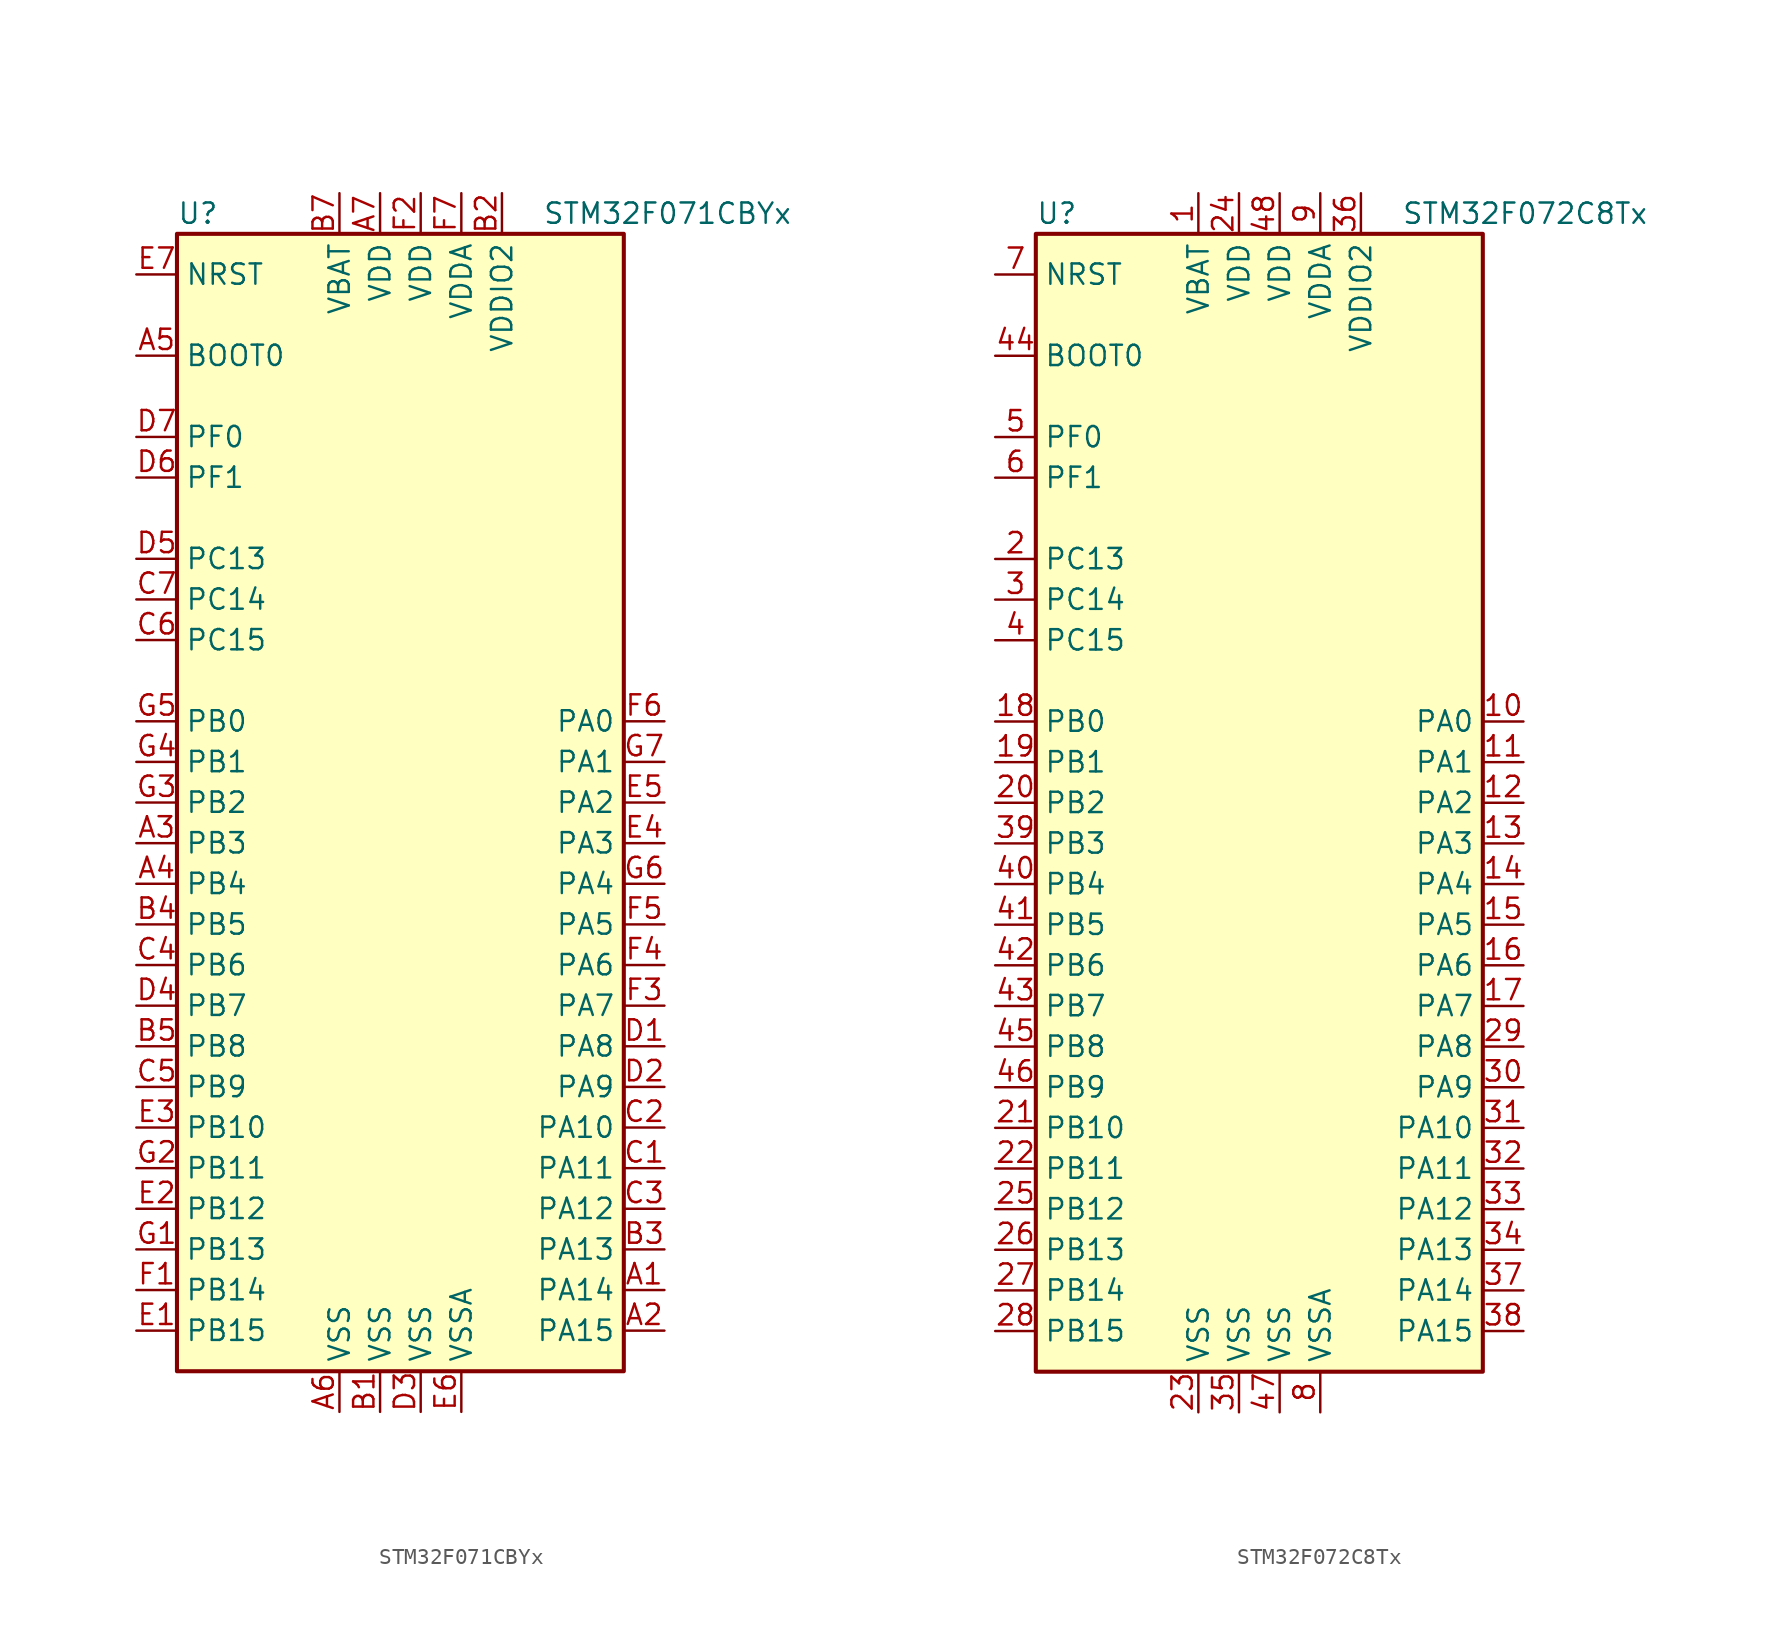
<source format=kicad_sym>
(kicad_symbol_lib
  (version 20201005)
  (generator kicad_symbol_editor)
  (symbol "MCU_ST_STM32F0:STM32F071CBYx"
    (property "Reference" "U"
      (at -15.24 36.83 0)
      (effects (font (size 1.27 1.27)) (justify left)))
    (property "Value" "STM32F071CBYx"
      (at 7.62 36.83 0)
      (effects (font (size 1.27 1.27)) (justify left)))
    (symbol "STM32F071CBYx_0_1"
      (rectangle (start -15.24 -35.56) (end 12.7 35.56) (stroke (width 0.254)) (fill (type background))))
    (symbol "STM32F071CBYx_1_1"
      (pin bidirectional line (at 15.24 -30.48 180) (length 2.54) (name "PA14" (effects (font (size 1.27 1.27)))) (number "A1" (effects (font (size 1.27 1.27)))))
      (pin bidirectional line (at 15.24 -33.02 180) (length 2.54) (name "PA15" (effects (font (size 1.27 1.27)))) (number "A2" (effects (font (size 1.27 1.27)))))
      (pin bidirectional line (at -17.78 -2.54 0) (length 2.54) (name "PB3" (effects (font (size 1.27 1.27)))) (number "A3" (effects (font (size 1.27 1.27)))))
      (pin bidirectional line (at -17.78 -5.08 0) (length 2.54) (name "PB4" (effects (font (size 1.27 1.27)))) (number "A4" (effects (font (size 1.27 1.27)))))
      (pin input line (at -17.78 27.94 0) (length 2.54) (name "BOOT0" (effects (font (size 1.27 1.27)))) (number "A5" (effects (font (size 1.27 1.27)))))
      (pin power_in line (at -5.08 -38.1 90) (length 2.54) (name "VSS" (effects (font (size 1.27 1.27)))) (number "A6" (effects (font (size 1.27 1.27)))))
      (pin power_in line (at -2.54 38.1 270) (length 2.54) (name "VDD" (effects (font (size 1.27 1.27)))) (number "A7" (effects (font (size 1.27 1.27)))))
      (pin power_in line (at -2.54 -38.1 90) (length 2.54) (name "VSS" (effects (font (size 1.27 1.27)))) (number "B1" (effects (font (size 1.27 1.27)))))
      (pin power_in line (at 5.08 38.1 270) (length 2.54) (name "VDDIO2" (effects (font (size 1.27 1.27)))) (number "B2" (effects (font (size 1.27 1.27)))))
      (pin bidirectional line (at 15.24 -27.94 180) (length 2.54) (name "PA13" (effects (font (size 1.27 1.27)))) (number "B3" (effects (font (size 1.27 1.27)))))
      (pin bidirectional line (at -17.78 -7.62 0) (length 2.54) (name "PB5" (effects (font (size 1.27 1.27)))) (number "B4" (effects (font (size 1.27 1.27)))))
      (pin bidirectional line (at -17.78 -15.24 0) (length 2.54) (name "PB8" (effects (font (size 1.27 1.27)))) (number "B5" (effects (font (size 1.27 1.27)))))
      (pin no_connect line (at -15.24 -33.02 0) (length 2.54) hide (name "NC" (effects (font (size 1.27 1.27)))) (number "B6" (effects (font (size 1.27 1.27)))))
      (pin power_in line (at -5.08 38.1 270) (length 2.54) (name "VBAT" (effects (font (size 1.27 1.27)))) (number "B7" (effects (font (size 1.27 1.27)))))
      (pin bidirectional line (at 15.24 -22.86 180) (length 2.54) (name "PA11" (effects (font (size 1.27 1.27)))) (number "C1" (effects (font (size 1.27 1.27)))))
      (pin bidirectional line (at 15.24 -20.32 180) (length 2.54) (name "PA10" (effects (font (size 1.27 1.27)))) (number "C2" (effects (font (size 1.27 1.27)))))
      (pin bidirectional line (at 15.24 -25.4 180) (length 2.54) (name "PA12" (effects (font (size 1.27 1.27)))) (number "C3" (effects (font (size 1.27 1.27)))))
      (pin bidirectional line (at -17.78 -10.16 0) (length 2.54) (name "PB6" (effects (font (size 1.27 1.27)))) (number "C4" (effects (font (size 1.27 1.27)))))
      (pin bidirectional line (at -17.78 -17.78 0) (length 2.54) (name "PB9" (effects (font (size 1.27 1.27)))) (number "C5" (effects (font (size 1.27 1.27)))))
      (pin bidirectional line (at -17.78 10.16 0) (length 2.54) (name "PC15" (effects (font (size 1.27 1.27)))) (number "C6" (effects (font (size 1.27 1.27)))))
      (pin bidirectional line (at -17.78 12.7 0) (length 2.54) (name "PC14" (effects (font (size 1.27 1.27)))) (number "C7" (effects (font (size 1.27 1.27)))))
      (pin bidirectional line (at 15.24 -15.24 180) (length 2.54) (name "PA8" (effects (font (size 1.27 1.27)))) (number "D1" (effects (font (size 1.27 1.27)))))
      (pin bidirectional line (at 15.24 -17.78 180) (length 2.54) (name "PA9" (effects (font (size 1.27 1.27)))) (number "D2" (effects (font (size 1.27 1.27)))))
      (pin power_in line (at 0 -38.1 90) (length 2.54) (name "VSS" (effects (font (size 1.27 1.27)))) (number "D3" (effects (font (size 1.27 1.27)))))
      (pin bidirectional line (at -17.78 -12.7 0) (length 2.54) (name "PB7" (effects (font (size 1.27 1.27)))) (number "D4" (effects (font (size 1.27 1.27)))))
      (pin bidirectional line (at -17.78 15.24 0) (length 2.54) (name "PC13" (effects (font (size 1.27 1.27)))) (number "D5" (effects (font (size 1.27 1.27)))))
      (pin input line (at -17.78 20.32 0) (length 2.54) (name "PF1" (effects (font (size 1.27 1.27)))) (number "D6" (effects (font (size 1.27 1.27)))))
      (pin input line (at -17.78 22.86 0) (length 2.54) (name "PF0" (effects (font (size 1.27 1.27)))) (number "D7" (effects (font (size 1.27 1.27)))))
      (pin bidirectional line (at -17.78 -33.02 0) (length 2.54) (name "PB15" (effects (font (size 1.27 1.27)))) (number "E1" (effects (font (size 1.27 1.27)))))
      (pin bidirectional line (at -17.78 -25.4 0) (length 2.54) (name "PB12" (effects (font (size 1.27 1.27)))) (number "E2" (effects (font (size 1.27 1.27)))))
      (pin bidirectional line (at -17.78 -20.32 0) (length 2.54) (name "PB10" (effects (font (size 1.27 1.27)))) (number "E3" (effects (font (size 1.27 1.27)))))
      (pin bidirectional line (at 15.24 -2.54 180) (length 2.54) (name "PA3" (effects (font (size 1.27 1.27)))) (number "E4" (effects (font (size 1.27 1.27)))))
      (pin bidirectional line (at 15.24 0 180) (length 2.54) (name "PA2" (effects (font (size 1.27 1.27)))) (number "E5" (effects (font (size 1.27 1.27)))))
      (pin power_in line (at 2.54 -38.1 90) (length 2.54) (name "VSSA" (effects (font (size 1.27 1.27)))) (number "E6" (effects (font (size 1.27 1.27)))))
      (pin input line (at -17.78 33.02 0) (length 2.54) (name "NRST" (effects (font (size 1.27 1.27)))) (number "E7" (effects (font (size 1.27 1.27)))))
      (pin bidirectional line (at -17.78 -30.48 0) (length 2.54) (name "PB14" (effects (font (size 1.27 1.27)))) (number "F1" (effects (font (size 1.27 1.27)))))
      (pin power_in line (at 0 38.1 270) (length 2.54) (name "VDD" (effects (font (size 1.27 1.27)))) (number "F2" (effects (font (size 1.27 1.27)))))
      (pin bidirectional line (at 15.24 -12.7 180) (length 2.54) (name "PA7" (effects (font (size 1.27 1.27)))) (number "F3" (effects (font (size 1.27 1.27)))))
      (pin bidirectional line (at 15.24 -10.16 180) (length 2.54) (name "PA6" (effects (font (size 1.27 1.27)))) (number "F4" (effects (font (size 1.27 1.27)))))
      (pin bidirectional line (at 15.24 -7.62 180) (length 2.54) (name "PA5" (effects (font (size 1.27 1.27)))) (number "F5" (effects (font (size 1.27 1.27)))))
      (pin bidirectional line (at 15.24 5.08 180) (length 2.54) (name "PA0" (effects (font (size 1.27 1.27)))) (number "F6" (effects (font (size 1.27 1.27)))))
      (pin power_in line (at 2.54 38.1 270) (length 2.54) (name "VDDA" (effects (font (size 1.27 1.27)))) (number "F7" (effects (font (size 1.27 1.27)))))
      (pin bidirectional line (at -17.78 -27.94 0) (length 2.54) (name "PB13" (effects (font (size 1.27 1.27)))) (number "G1" (effects (font (size 1.27 1.27)))))
      (pin bidirectional line (at -17.78 -22.86 0) (length 2.54) (name "PB11" (effects (font (size 1.27 1.27)))) (number "G2" (effects (font (size 1.27 1.27)))))
      (pin bidirectional line (at -17.78 0 0) (length 2.54) (name "PB2" (effects (font (size 1.27 1.27)))) (number "G3" (effects (font (size 1.27 1.27)))))
      (pin bidirectional line (at -17.78 2.54 0) (length 2.54) (name "PB1" (effects (font (size 1.27 1.27)))) (number "G4" (effects (font (size 1.27 1.27)))))
      (pin bidirectional line (at -17.78 5.08 0) (length 2.54) (name "PB0" (effects (font (size 1.27 1.27)))) (number "G5" (effects (font (size 1.27 1.27)))))
      (pin bidirectional line (at 15.24 -5.08 180) (length 2.54) (name "PA4" (effects (font (size 1.27 1.27)))) (number "G6" (effects (font (size 1.27 1.27)))))
      (pin bidirectional line (at 15.24 2.54 180) (length 2.54) (name "PA1" (effects (font (size 1.27 1.27)))) (number "G7" (effects (font (size 1.27 1.27)))))))
  (symbol "MCU_ST_STM32F0:STM32F072C8Tx"
    (property "Reference" "U"
      (at -15.24 36.83 0)
      (effects (font (size 1.27 1.27)) (justify left)))
    (property "Value" "STM32F072C8Tx"
      (at 7.62 36.83 0)
      (effects (font (size 1.27 1.27)) (justify left)))
    (symbol "STM32F072C8Tx_0_1"
      (rectangle (start -15.24 -35.56) (end 12.7 35.56) (stroke (width 0.254)) (fill (type background))))
    (symbol "STM32F072C8Tx_1_1"
      (pin power_in line (at -5.08 38.1 270) (length 2.54) (name "VBAT" (effects (font (size 1.27 1.27)))) (number "1" (effects (font (size 1.27 1.27)))))
      (pin bidirectional line (at 15.24 5.08 180) (length 2.54) (name "PA0" (effects (font (size 1.27 1.27)))) (number "10" (effects (font (size 1.27 1.27)))))
      (pin bidirectional line (at 15.24 2.54 180) (length 2.54) (name "PA1" (effects (font (size 1.27 1.27)))) (number "11" (effects (font (size 1.27 1.27)))))
      (pin bidirectional line (at 15.24 0 180) (length 2.54) (name "PA2" (effects (font (size 1.27 1.27)))) (number "12" (effects (font (size 1.27 1.27)))))
      (pin bidirectional line (at 15.24 -2.54 180) (length 2.54) (name "PA3" (effects (font (size 1.27 1.27)))) (number "13" (effects (font (size 1.27 1.27)))))
      (pin bidirectional line (at 15.24 -5.08 180) (length 2.54) (name "PA4" (effects (font (size 1.27 1.27)))) (number "14" (effects (font (size 1.27 1.27)))))
      (pin bidirectional line (at 15.24 -7.62 180) (length 2.54) (name "PA5" (effects (font (size 1.27 1.27)))) (number "15" (effects (font (size 1.27 1.27)))))
      (pin bidirectional line (at 15.24 -10.16 180) (length 2.54) (name "PA6" (effects (font (size 1.27 1.27)))) (number "16" (effects (font (size 1.27 1.27)))))
      (pin bidirectional line (at 15.24 -12.7 180) (length 2.54) (name "PA7" (effects (font (size 1.27 1.27)))) (number "17" (effects (font (size 1.27 1.27)))))
      (pin bidirectional line (at -17.78 5.08 0) (length 2.54) (name "PB0" (effects (font (size 1.27 1.27)))) (number "18" (effects (font (size 1.27 1.27)))))
      (pin bidirectional line (at -17.78 2.54 0) (length 2.54) (name "PB1" (effects (font (size 1.27 1.27)))) (number "19" (effects (font (size 1.27 1.27)))))
      (pin bidirectional line (at -17.78 15.24 0) (length 2.54) (name "PC13" (effects (font (size 1.27 1.27)))) (number "2" (effects (font (size 1.27 1.27)))))
      (pin bidirectional line (at -17.78 0 0) (length 2.54) (name "PB2" (effects (font (size 1.27 1.27)))) (number "20" (effects (font (size 1.27 1.27)))))
      (pin bidirectional line (at -17.78 -20.32 0) (length 2.54) (name "PB10" (effects (font (size 1.27 1.27)))) (number "21" (effects (font (size 1.27 1.27)))))
      (pin bidirectional line (at -17.78 -22.86 0) (length 2.54) (name "PB11" (effects (font (size 1.27 1.27)))) (number "22" (effects (font (size 1.27 1.27)))))
      (pin power_in line (at -5.08 -38.1 90) (length 2.54) (name "VSS" (effects (font (size 1.27 1.27)))) (number "23" (effects (font (size 1.27 1.27)))))
      (pin power_in line (at -2.54 38.1 270) (length 2.54) (name "VDD" (effects (font (size 1.27 1.27)))) (number "24" (effects (font (size 1.27 1.27)))))
      (pin bidirectional line (at -17.78 -25.4 0) (length 2.54) (name "PB12" (effects (font (size 1.27 1.27)))) (number "25" (effects (font (size 1.27 1.27)))))
      (pin bidirectional line (at -17.78 -27.94 0) (length 2.54) (name "PB13" (effects (font (size 1.27 1.27)))) (number "26" (effects (font (size 1.27 1.27)))))
      (pin bidirectional line (at -17.78 -30.48 0) (length 2.54) (name "PB14" (effects (font (size 1.27 1.27)))) (number "27" (effects (font (size 1.27 1.27)))))
      (pin bidirectional line (at -17.78 -33.02 0) (length 2.54) (name "PB15" (effects (font (size 1.27 1.27)))) (number "28" (effects (font (size 1.27 1.27)))))
      (pin bidirectional line (at 15.24 -15.24 180) (length 2.54) (name "PA8" (effects (font (size 1.27 1.27)))) (number "29" (effects (font (size 1.27 1.27)))))
      (pin bidirectional line (at -17.78 12.7 0) (length 2.54) (name "PC14" (effects (font (size 1.27 1.27)))) (number "3" (effects (font (size 1.27 1.27)))))
      (pin bidirectional line (at 15.24 -17.78 180) (length 2.54) (name "PA9" (effects (font (size 1.27 1.27)))) (number "30" (effects (font (size 1.27 1.27)))))
      (pin bidirectional line (at 15.24 -20.32 180) (length 2.54) (name "PA10" (effects (font (size 1.27 1.27)))) (number "31" (effects (font (size 1.27 1.27)))))
      (pin bidirectional line (at 15.24 -22.86 180) (length 2.54) (name "PA11" (effects (font (size 1.27 1.27)))) (number "32" (effects (font (size 1.27 1.27)))))
      (pin bidirectional line (at 15.24 -25.4 180) (length 2.54) (name "PA12" (effects (font (size 1.27 1.27)))) (number "33" (effects (font (size 1.27 1.27)))))
      (pin bidirectional line (at 15.24 -27.94 180) (length 2.54) (name "PA13" (effects (font (size 1.27 1.27)))) (number "34" (effects (font (size 1.27 1.27)))))
      (pin power_in line (at -2.54 -38.1 90) (length 2.54) (name "VSS" (effects (font (size 1.27 1.27)))) (number "35" (effects (font (size 1.27 1.27)))))
      (pin power_in line (at 5.08 38.1 270) (length 2.54) (name "VDDIO2" (effects (font (size 1.27 1.27)))) (number "36" (effects (font (size 1.27 1.27)))))
      (pin bidirectional line (at 15.24 -30.48 180) (length 2.54) (name "PA14" (effects (font (size 1.27 1.27)))) (number "37" (effects (font (size 1.27 1.27)))))
      (pin bidirectional line (at 15.24 -33.02 180) (length 2.54) (name "PA15" (effects (font (size 1.27 1.27)))) (number "38" (effects (font (size 1.27 1.27)))))
      (pin bidirectional line (at -17.78 -2.54 0) (length 2.54) (name "PB3" (effects (font (size 1.27 1.27)))) (number "39" (effects (font (size 1.27 1.27)))))
      (pin bidirectional line (at -17.78 10.16 0) (length 2.54) (name "PC15" (effects (font (size 1.27 1.27)))) (number "4" (effects (font (size 1.27 1.27)))))
      (pin bidirectional line (at -17.78 -5.08 0) (length 2.54) (name "PB4" (effects (font (size 1.27 1.27)))) (number "40" (effects (font (size 1.27 1.27)))))
      (pin bidirectional line (at -17.78 -7.62 0) (length 2.54) (name "PB5" (effects (font (size 1.27 1.27)))) (number "41" (effects (font (size 1.27 1.27)))))
      (pin bidirectional line (at -17.78 -10.16 0) (length 2.54) (name "PB6" (effects (font (size 1.27 1.27)))) (number "42" (effects (font (size 1.27 1.27)))))
      (pin bidirectional line (at -17.78 -12.7 0) (length 2.54) (name "PB7" (effects (font (size 1.27 1.27)))) (number "43" (effects (font (size 1.27 1.27)))))
      (pin input line (at -17.78 27.94 0) (length 2.54) (name "BOOT0" (effects (font (size 1.27 1.27)))) (number "44" (effects (font (size 1.27 1.27)))))
      (pin bidirectional line (at -17.78 -15.24 0) (length 2.54) (name "PB8" (effects (font (size 1.27 1.27)))) (number "45" (effects (font (size 1.27 1.27)))))
      (pin bidirectional line (at -17.78 -17.78 0) (length 2.54) (name "PB9" (effects (font (size 1.27 1.27)))) (number "46" (effects (font (size 1.27 1.27)))))
      (pin power_in line (at 0 -38.1 90) (length 2.54) (name "VSS" (effects (font (size 1.27 1.27)))) (number "47" (effects (font (size 1.27 1.27)))))
      (pin power_in line (at 0 38.1 270) (length 2.54) (name "VDD" (effects (font (size 1.27 1.27)))) (number "48" (effects (font (size 1.27 1.27)))))
      (pin input line (at -17.78 22.86 0) (length 2.54) (name "PF0" (effects (font (size 1.27 1.27)))) (number "5" (effects (font (size 1.27 1.27)))))
      (pin input line (at -17.78 20.32 0) (length 2.54) (name "PF1" (effects (font (size 1.27 1.27)))) (number "6" (effects (font (size 1.27 1.27)))))
      (pin input line (at -17.78 33.02 0) (length 2.54) (name "NRST" (effects (font (size 1.27 1.27)))) (number "7" (effects (font (size 1.27 1.27)))))
      (pin power_in line (at 2.54 -38.1 90) (length 2.54) (name "VSSA" (effects (font (size 1.27 1.27)))) (number "8" (effects (font (size 1.27 1.27)))))
      (pin power_in line (at 2.54 38.1 270) (length 2.54) (name "VDDA" (effects (font (size 1.27 1.27)))) (number "9" (effects (font (size 1.27 1.27))))))))
</source>
